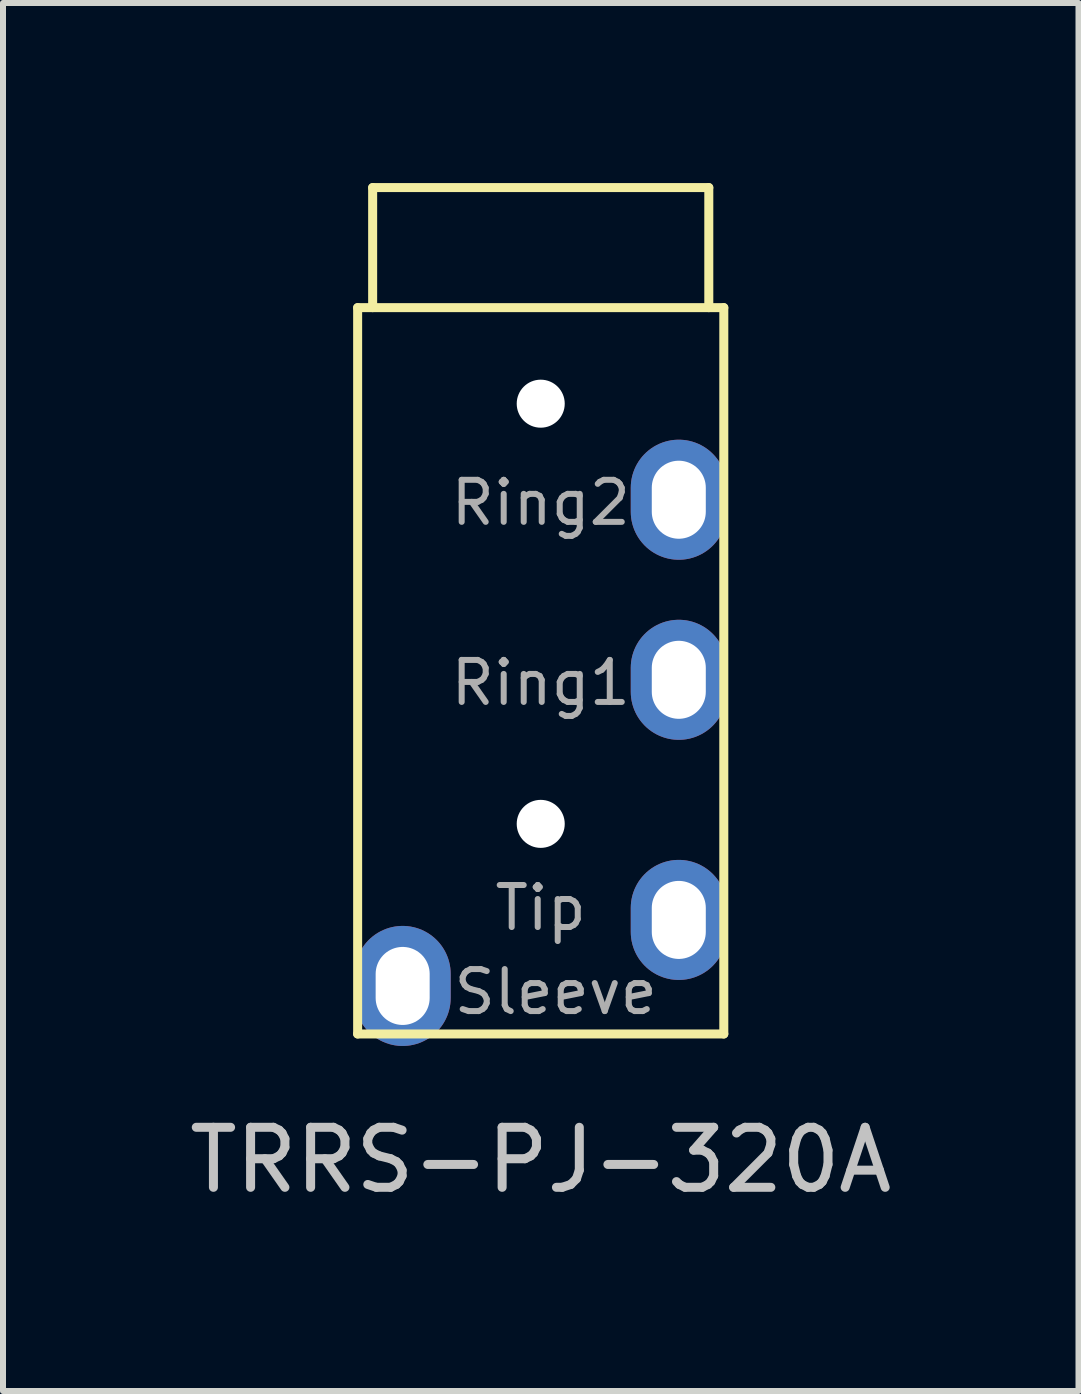
<source format=kicad_pcb>
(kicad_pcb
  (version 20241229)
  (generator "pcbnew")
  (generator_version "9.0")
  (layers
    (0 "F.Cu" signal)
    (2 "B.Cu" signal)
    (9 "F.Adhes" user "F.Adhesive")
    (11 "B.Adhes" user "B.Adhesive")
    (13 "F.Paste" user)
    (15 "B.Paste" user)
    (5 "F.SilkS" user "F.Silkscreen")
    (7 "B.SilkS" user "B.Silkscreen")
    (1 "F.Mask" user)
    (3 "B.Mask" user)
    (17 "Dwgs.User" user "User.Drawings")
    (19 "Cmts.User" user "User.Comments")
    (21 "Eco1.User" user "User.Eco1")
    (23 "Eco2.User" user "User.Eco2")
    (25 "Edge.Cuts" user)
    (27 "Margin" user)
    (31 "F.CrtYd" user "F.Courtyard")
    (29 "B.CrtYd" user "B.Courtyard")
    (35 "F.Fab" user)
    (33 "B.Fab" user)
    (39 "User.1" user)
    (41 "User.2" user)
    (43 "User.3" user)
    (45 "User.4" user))
  (footprint "TRRS-PJ-320A"
    (layer "F.Cu")
    (at 5.958 2.075)
    (property "Reference" "TRRS-PJ-320A" (at 0 14.2 0) (layer "Dwgs.User") (effects (font (size 1 1) (thickness 0.15))))
    (attr through_hole)
    (fp_line (start -3.05 0) (end -3.05 12.1) (stroke (width 0.15) (type solid)) (layer "F.SilkS"))
    (fp_line (start -2.8 0) (end -2.8 -2) (stroke (width 0.15) (type solid)) (layer "F.SilkS"))
    (fp_line (start 2.8 -2) (end -2.8 -2) (stroke (width 0.15) (type solid)) (layer "F.SilkS"))
    (fp_line (start 2.8 0) (end 2.8 -2) (stroke (width 0.15) (type solid)) (layer "F.SilkS"))
    (fp_line (start 3.05 0) (end -3.05 0) (stroke (width 0.15) (type solid)) (layer "F.SilkS"))
    (fp_line (start 3.05 0) (end 3.05 12.1) (stroke (width 0.15) (type solid)) (layer "F.SilkS"))
    (fp_line (start 3.05 12.1) (end -3.05 12.1) (stroke (width 0.15) (type solid)) (layer "F.SilkS"))
    (fp_text user "Ring1" (at 0 6.25 0) (layer "F.Fab") (effects (font (size 0.7 0.7) (thickness 0.1))))
    (fp_text user "Sleeve" (at 0.25 11.4 0) (layer "F.Fab") (effects (font (size 0.7 0.7) (thickness 0.1))))
    (fp_text user "Ring2" (at 0 3.25 0) (layer "F.Fab") (effects (font (size 0.7 0.7) (thickness 0.1))))
    (fp_text user "Tip" (at 0 10 0) (layer "F.Fab") (effects (font (size 0.7 0.7) (thickness 0.1))))
    (pad "" np_thru_hole circle (at 0 1.6) (size 0.8 0.8) (drill 0.8) (layers "*.Cu" "*.Mask"))
    (pad "" np_thru_hole circle (at 0 8.6) (size 0.8 0.8) (drill 0.8) (layers "*.Cu" "*.Mask"))
    (pad "R1" thru_hole oval (at 2.3 6.2) (size 1.6 2) (drill oval 0.9 1.3) (layers "*.Cu" "*.Mask"))
    (pad "R2" thru_hole oval (at 2.3 3.2) (size 1.6 2) (drill oval 0.9 1.3) (layers "*.Cu" "*.Mask"))
    (pad "S" thru_hole oval (at -2.3 11.3) (size 1.6 2) (drill oval 0.9 1.3) (layers "*.Cu" "*.Mask"))
    (pad "T" thru_hole oval (at 2.3 10.2) (size 1.6 2) (drill oval 0.9 1.3) (layers "*.Cu" "*.Mask")))
  (gr_rect
    (start -3 -3)
    (end 14.917 20.123)
    (stroke (width 0.1) (type default))
    (fill no)
    (layer "Edge.Cuts")))
</source>
